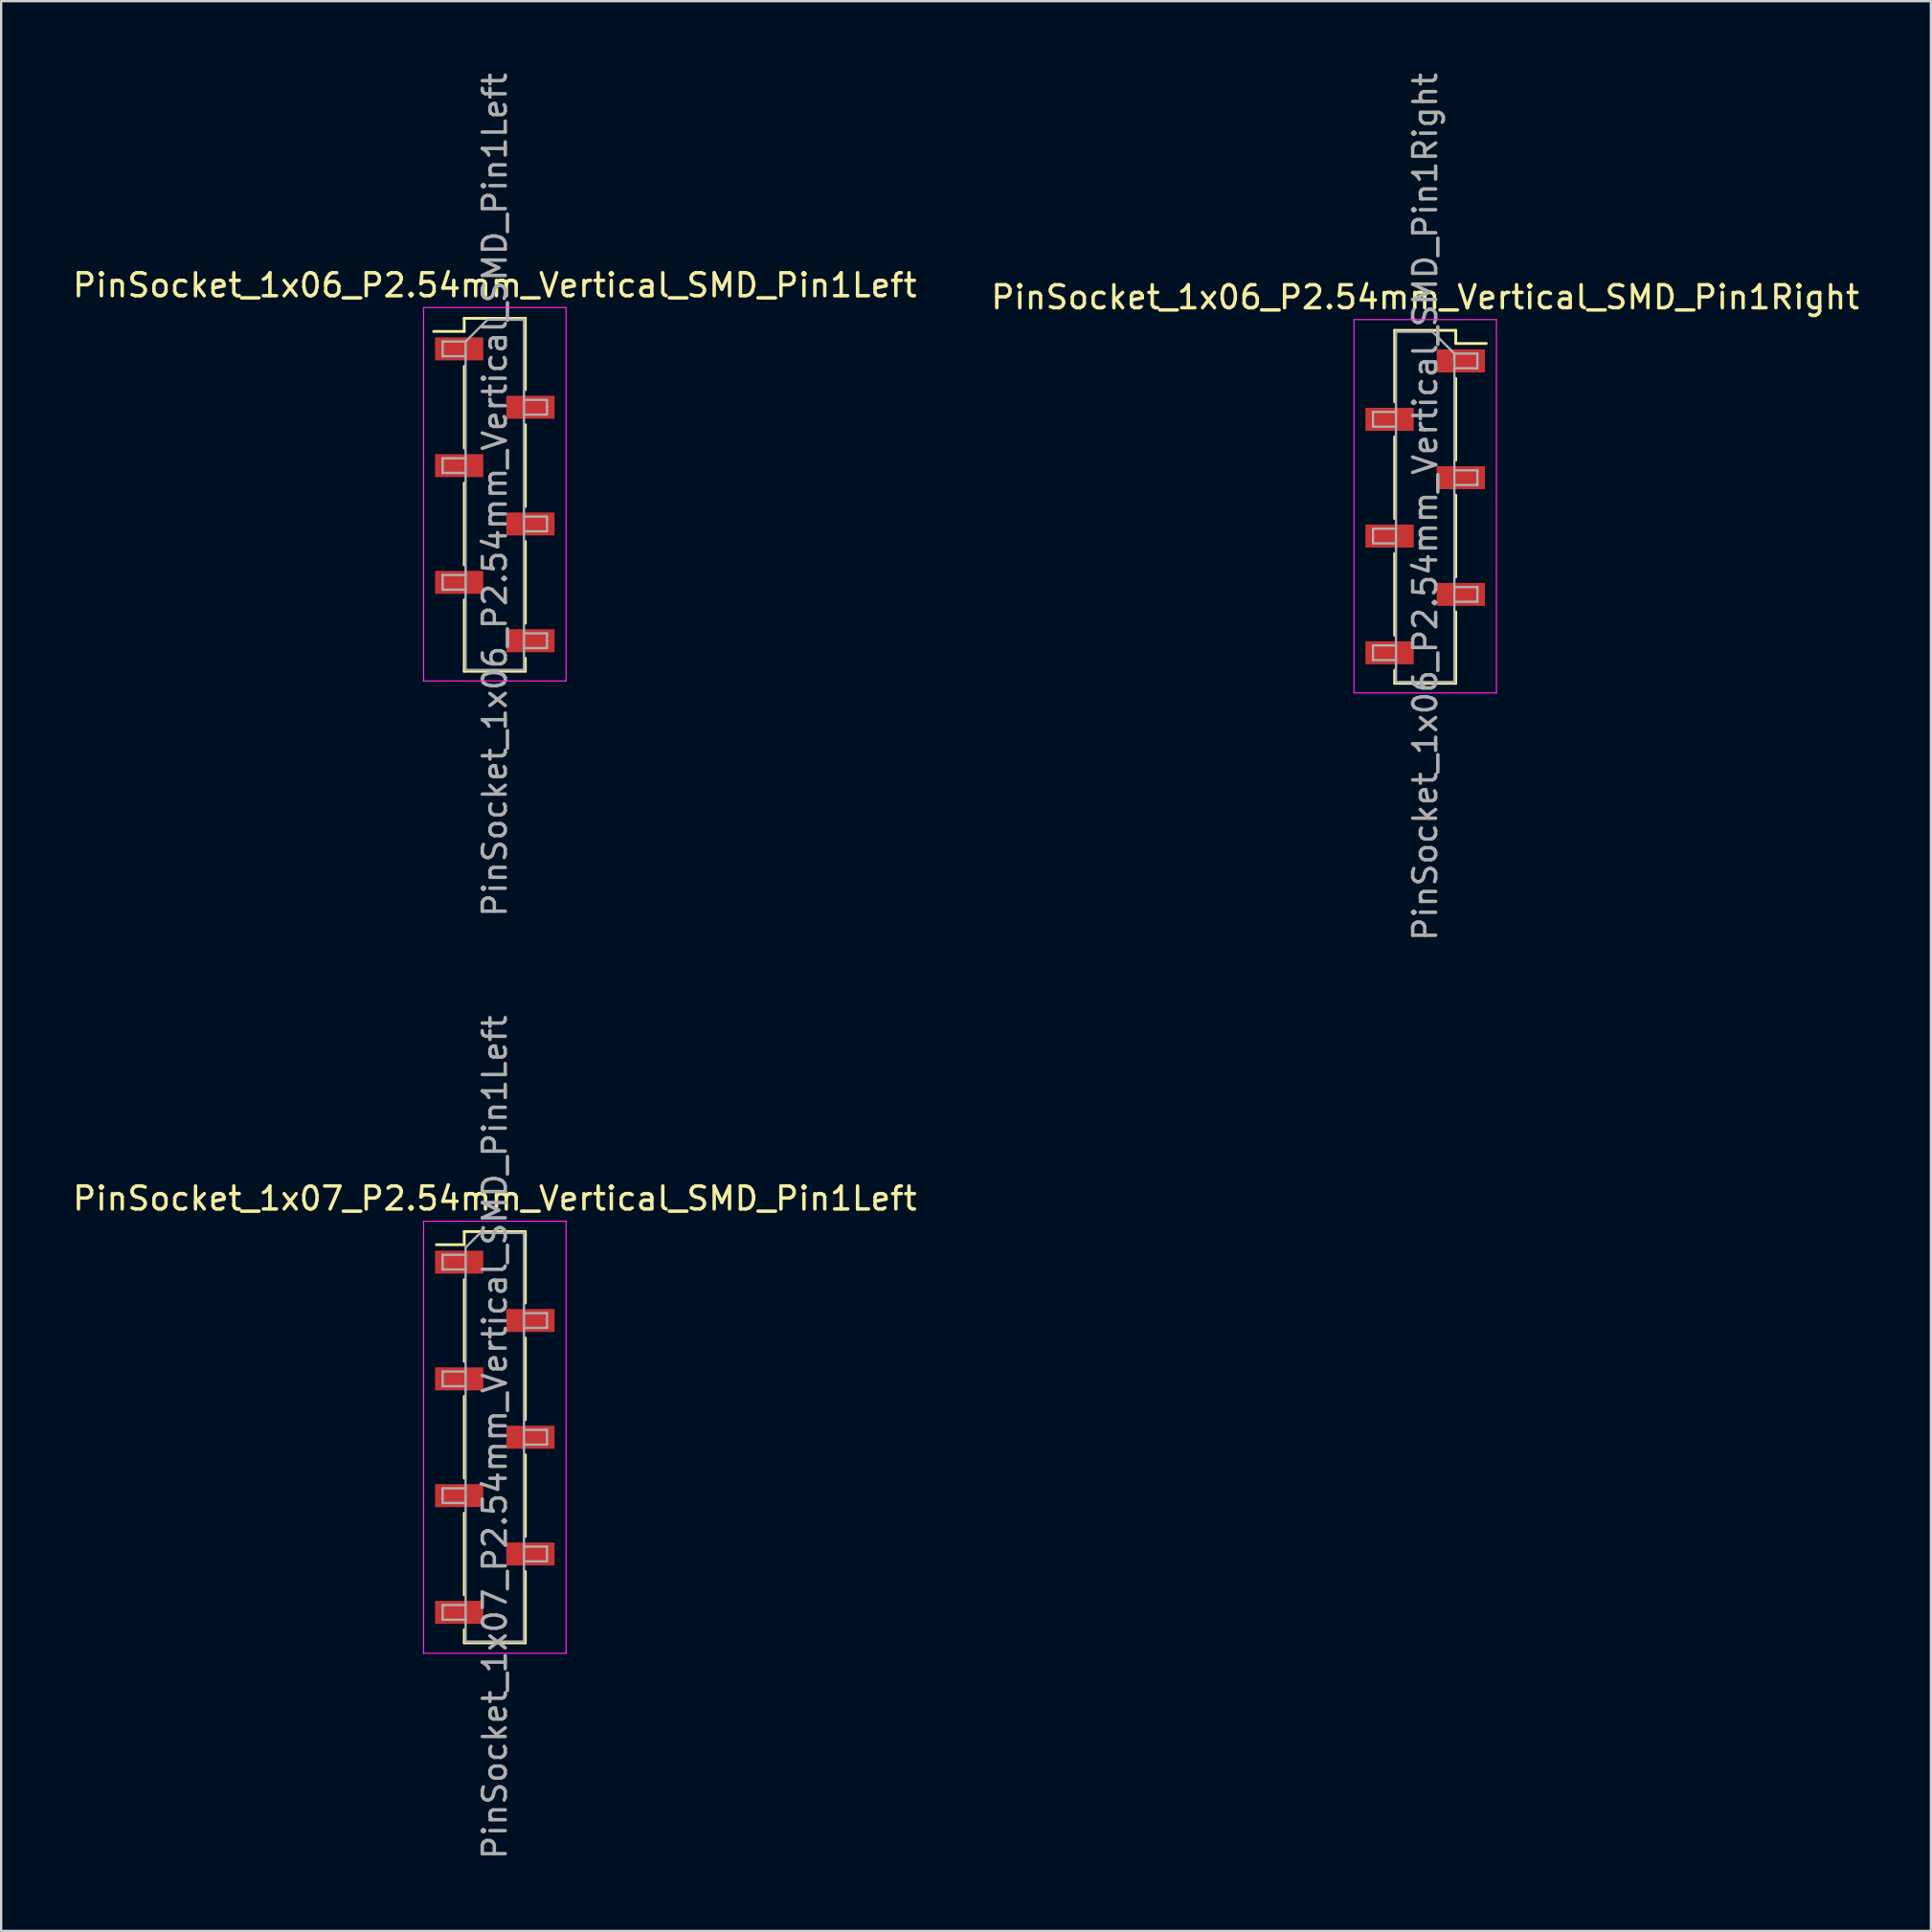
<source format=kicad_pcb>
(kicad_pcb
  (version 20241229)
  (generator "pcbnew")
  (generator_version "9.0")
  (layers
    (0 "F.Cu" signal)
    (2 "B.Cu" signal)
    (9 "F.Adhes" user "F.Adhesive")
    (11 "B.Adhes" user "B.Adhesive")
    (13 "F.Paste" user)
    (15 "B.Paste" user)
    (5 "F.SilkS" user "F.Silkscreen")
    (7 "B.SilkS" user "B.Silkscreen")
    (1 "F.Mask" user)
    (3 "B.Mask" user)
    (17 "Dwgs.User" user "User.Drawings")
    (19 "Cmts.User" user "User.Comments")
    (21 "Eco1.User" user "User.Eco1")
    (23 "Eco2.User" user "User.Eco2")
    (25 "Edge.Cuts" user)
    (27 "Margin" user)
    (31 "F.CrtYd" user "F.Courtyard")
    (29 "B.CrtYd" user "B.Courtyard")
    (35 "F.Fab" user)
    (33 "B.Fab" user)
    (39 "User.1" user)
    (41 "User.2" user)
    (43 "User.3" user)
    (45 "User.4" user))
  (footprint "PinSocket_1x07_P2.54mm_Vertical_SMD_Pin1Left"
    (layer "F.Cu")
    (at 18.482 59.494)
    (property "Reference" "PinSocket_1x07_P2.54mm_Vertical_SMD_Pin1Left" (at 0 -10.39 0) (layer "F.SilkS") (effects (font (size 1 1) (thickness 0.15))))
    (attr smd)
    (fp_line (start -2.54 -8.38) (end -1.33 -8.38) (stroke (width 0.12) (type solid)) (layer "F.SilkS"))
    (fp_line (start -1.33 -8.95) (end -1.33 -8.38) (stroke (width 0.12) (type solid)) (layer "F.SilkS"))
    (fp_line (start -1.33 -8.95) (end 1.33 -8.95) (stroke (width 0.12) (type solid)) (layer "F.SilkS"))
    (fp_line (start -1.33 -6.86) (end -1.33 -3.3) (stroke (width 0.12) (type solid)) (layer "F.SilkS"))
    (fp_line (start -1.33 -1.78) (end -1.33 1.78) (stroke (width 0.12) (type solid)) (layer "F.SilkS"))
    (fp_line (start -1.33 3.3) (end -1.33 6.86) (stroke (width 0.12) (type solid)) (layer "F.SilkS"))
    (fp_line (start -1.33 8.38) (end -1.33 8.95) (stroke (width 0.12) (type solid)) (layer "F.SilkS"))
    (fp_line (start -1.33 8.95) (end 1.33 8.95) (stroke (width 0.12) (type solid)) (layer "F.SilkS"))
    (fp_line (start 1.33 -8.95) (end 1.33 -5.84) (stroke (width 0.12) (type solid)) (layer "F.SilkS"))
    (fp_line (start 1.33 -4.32) (end 1.33 -0.76) (stroke (width 0.12) (type solid)) (layer "F.SilkS"))
    (fp_line (start 1.33 0.76) (end 1.33 4.32) (stroke (width 0.12) (type solid)) (layer "F.SilkS"))
    (fp_line (start 1.33 5.84) (end 1.33 8.95) (stroke (width 0.12) (type solid)) (layer "F.SilkS"))
    (fp_line (start -3.1 -9.4) (end 3.1 -9.4) (stroke (width 0.05) (type solid)) (layer "F.CrtYd"))
    (fp_line (start -3.1 9.4) (end -3.1 -9.4) (stroke (width 0.05) (type solid)) (layer "F.CrtYd"))
    (fp_line (start 3.1 -9.4) (end 3.1 9.4) (stroke (width 0.05) (type solid)) (layer "F.CrtYd"))
    (fp_line (start 3.1 9.4) (end -3.1 9.4) (stroke (width 0.05) (type solid)) (layer "F.CrtYd"))
    (fp_line (start -2.27 -7.94) (end -1.27 -7.94) (stroke (width 0.1) (type solid)) (layer "F.Fab"))
    (fp_line (start -2.27 -7.3) (end -2.27 -7.94) (stroke (width 0.1) (type solid)) (layer "F.Fab"))
    (fp_line (start -2.27 -2.86) (end -1.27 -2.86) (stroke (width 0.1) (type solid)) (layer "F.Fab"))
    (fp_line (start -2.27 -2.22) (end -2.27 -2.86) (stroke (width 0.1) (type solid)) (layer "F.Fab"))
    (fp_line (start -2.27 2.22) (end -1.27 2.22) (stroke (width 0.1) (type solid)) (layer "F.Fab"))
    (fp_line (start -2.27 2.86) (end -2.27 2.22) (stroke (width 0.1) (type solid)) (layer "F.Fab"))
    (fp_line (start -2.27 7.3) (end -1.27 7.3) (stroke (width 0.1) (type solid)) (layer "F.Fab"))
    (fp_line (start -2.27 7.94) (end -2.27 7.3) (stroke (width 0.1) (type solid)) (layer "F.Fab"))
    (fp_line (start -1.27 -8.255) (end -0.635 -8.89) (stroke (width 0.1) (type solid)) (layer "F.Fab"))
    (fp_line (start -1.27 -7.3) (end -2.27 -7.3) (stroke (width 0.1) (type solid)) (layer "F.Fab"))
    (fp_line (start -1.27 -2.22) (end -2.27 -2.22) (stroke (width 0.1) (type solid)) (layer "F.Fab"))
    (fp_line (start -1.27 2.86) (end -2.27 2.86) (stroke (width 0.1) (type solid)) (layer "F.Fab"))
    (fp_line (start -1.27 7.94) (end -2.27 7.94) (stroke (width 0.1) (type solid)) (layer "F.Fab"))
    (fp_line (start -1.27 8.89) (end -1.27 -8.255) (stroke (width 0.1) (type solid)) (layer "F.Fab"))
    (fp_line (start -0.635 -8.89) (end 1.27 -8.89) (stroke (width 0.1) (type solid)) (layer "F.Fab"))
    (fp_line (start 1.27 -8.89) (end 1.27 8.89) (stroke (width 0.1) (type solid)) (layer "F.Fab"))
    (fp_line (start 1.27 -5.4) (end 2.27 -5.4) (stroke (width 0.1) (type solid)) (layer "F.Fab"))
    (fp_line (start 1.27 -0.32) (end 2.27 -0.32) (stroke (width 0.1) (type solid)) (layer "F.Fab"))
    (fp_line (start 1.27 4.76) (end 2.27 4.76) (stroke (width 0.1) (type solid)) (layer "F.Fab"))
    (fp_line (start 1.27 8.89) (end -1.27 8.89) (stroke (width 0.1) (type solid)) (layer "F.Fab"))
    (fp_line (start 2.27 -5.4) (end 2.27 -4.76) (stroke (width 0.1) (type solid)) (layer "F.Fab"))
    (fp_line (start 2.27 -4.76) (end 1.27 -4.76) (stroke (width 0.1) (type solid)) (layer "F.Fab"))
    (fp_line (start 2.27 -0.32) (end 2.27 0.32) (stroke (width 0.1) (type solid)) (layer "F.Fab"))
    (fp_line (start 2.27 0.32) (end 1.27 0.32) (stroke (width 0.1) (type solid)) (layer "F.Fab"))
    (fp_line (start 2.27 4.76) (end 2.27 5.4) (stroke (width 0.1) (type solid)) (layer "F.Fab"))
    (fp_line (start 2.27 5.4) (end 1.27 5.4) (stroke (width 0.1) (type solid)) (layer "F.Fab"))
    (fp_text user "${REFERENCE}" (at 0 0 90) (layer "F.Fab") (effects (font (size 1 1) (thickness 0.15))))
    (pad "1" smd rect (at -1.55 -7.62) (size 2.1 1) (layers "F.Cu" "F.Mask" "F.Paste"))
    (pad "2" smd rect (at 1.55 -5.08) (size 2.1 1) (layers "F.Cu" "F.Mask" "F.Paste"))
    (pad "3" smd rect (at -1.55 -2.54) (size 2.1 1) (layers "F.Cu" "F.Mask" "F.Paste"))
    (pad "4" smd rect (at 1.55 0) (size 2.1 1) (layers "F.Cu" "F.Mask" "F.Paste"))
    (pad "5" smd rect (at -1.55 2.54) (size 2.1 1) (layers "F.Cu" "F.Mask" "F.Paste"))
    (pad "6" smd rect (at 1.55 5.08) (size 2.1 1) (layers "F.Cu" "F.Mask" "F.Paste"))
    (pad "7" smd rect (at -1.55 7.62) (size 2.1 1) (layers "F.Cu" "F.Mask" "F.Paste")))
  (footprint "PinSocket_1x06_P2.54mm_Vertical_SMD_Pin1Left"
    (layer "F.Cu")
    (at 18.482 18.482)
    (property "Reference" "PinSocket_1x06_P2.54mm_Vertical_SMD_Pin1Left" (at 0 -9.12 0) (layer "F.SilkS") (effects (font (size 1 1) (thickness 0.15))))
    (attr smd)
    (fp_line (start -2.66 -7.11) (end -1.33 -7.11) (stroke (width 0.12) (type solid)) (layer "F.SilkS"))
    (fp_line (start -1.33 -7.68) (end 1.33 -7.68) (stroke (width 0.12) (type solid)) (layer "F.SilkS"))
    (fp_line (start -1.33 -7.11) (end -1.33 -7.68) (stroke (width 0.12) (type solid)) (layer "F.SilkS"))
    (fp_line (start -1.33 -5.59) (end -1.33 -2.03) (stroke (width 0.12) (type solid)) (layer "F.SilkS"))
    (fp_line (start -1.33 -0.51) (end -1.33 3.05) (stroke (width 0.12) (type solid)) (layer "F.SilkS"))
    (fp_line (start -1.33 4.57) (end -1.33 7.68) (stroke (width 0.12) (type solid)) (layer "F.SilkS"))
    (fp_line (start 1.33 -7.68) (end 1.33 -4.57) (stroke (width 0.12) (type solid)) (layer "F.SilkS"))
    (fp_line (start 1.33 -3.05) (end 1.33 0.51) (stroke (width 0.12) (type solid)) (layer "F.SilkS"))
    (fp_line (start 1.33 2.03) (end 1.33 5.59) (stroke (width 0.12) (type solid)) (layer "F.SilkS"))
    (fp_line (start 1.33 7.11) (end 1.33 7.68) (stroke (width 0.12) (type solid)) (layer "F.SilkS"))
    (fp_line (start 1.33 7.68) (end -1.33 7.68) (stroke (width 0.12) (type solid)) (layer "F.SilkS"))
    (fp_line (start -3.1 -8.15) (end 3.1 -8.15) (stroke (width 0.05) (type solid)) (layer "F.CrtYd"))
    (fp_line (start -3.1 8.1) (end -3.1 -8.15) (stroke (width 0.05) (type solid)) (layer "F.CrtYd"))
    (fp_line (start 3.1 -8.15) (end 3.1 8.1) (stroke (width 0.05) (type solid)) (layer "F.CrtYd"))
    (fp_line (start 3.1 8.1) (end -3.1 8.1) (stroke (width 0.05) (type solid)) (layer "F.CrtYd"))
    (fp_line (start -2.27 -6.67) (end -1.27 -6.67) (stroke (width 0.1) (type solid)) (layer "F.Fab"))
    (fp_line (start -2.27 -6.03) (end -2.27 -6.67) (stroke (width 0.1) (type solid)) (layer "F.Fab"))
    (fp_line (start -2.27 -1.59) (end -1.27 -1.59) (stroke (width 0.1) (type solid)) (layer "F.Fab"))
    (fp_line (start -2.27 -0.95) (end -2.27 -1.59) (stroke (width 0.1) (type solid)) (layer "F.Fab"))
    (fp_line (start -2.27 3.49) (end -1.27 3.49) (stroke (width 0.1) (type solid)) (layer "F.Fab"))
    (fp_line (start -2.27 4.13) (end -2.27 3.49) (stroke (width 0.1) (type solid)) (layer "F.Fab"))
    (fp_line (start -1.27 -6.67) (end -0.32 -7.62) (stroke (width 0.1) (type solid)) (layer "F.Fab"))
    (fp_line (start -1.27 -6.03) (end -2.27 -6.03) (stroke (width 0.1) (type solid)) (layer "F.Fab"))
    (fp_line (start -1.27 -0.95) (end -2.27 -0.95) (stroke (width 0.1) (type solid)) (layer "F.Fab"))
    (fp_line (start -1.27 4.13) (end -2.27 4.13) (stroke (width 0.1) (type solid)) (layer "F.Fab"))
    (fp_line (start -1.27 7.62) (end -1.27 -6.67) (stroke (width 0.1) (type solid)) (layer "F.Fab"))
    (fp_line (start -0.32 -7.62) (end 1.27 -7.62) (stroke (width 0.1) (type solid)) (layer "F.Fab"))
    (fp_line (start 1.27 -7.62) (end 1.27 7.62) (stroke (width 0.1) (type solid)) (layer "F.Fab"))
    (fp_line (start 1.27 -4.13) (end 2.27 -4.13) (stroke (width 0.1) (type solid)) (layer "F.Fab"))
    (fp_line (start 1.27 0.95) (end 2.27 0.95) (stroke (width 0.1) (type solid)) (layer "F.Fab"))
    (fp_line (start 1.27 6.03) (end 2.27 6.03) (stroke (width 0.1) (type solid)) (layer "F.Fab"))
    (fp_line (start 1.27 7.62) (end -1.27 7.62) (stroke (width 0.1) (type solid)) (layer "F.Fab"))
    (fp_line (start 2.27 -4.13) (end 2.27 -3.49) (stroke (width 0.1) (type solid)) (layer "F.Fab"))
    (fp_line (start 2.27 -3.49) (end 1.27 -3.49) (stroke (width 0.1) (type solid)) (layer "F.Fab"))
    (fp_line (start 2.27 0.95) (end 2.27 1.59) (stroke (width 0.1) (type solid)) (layer "F.Fab"))
    (fp_line (start 2.27 1.59) (end 1.27 1.59) (stroke (width 0.1) (type solid)) (layer "F.Fab"))
    (fp_line (start 2.27 6.03) (end 2.27 6.67) (stroke (width 0.1) (type solid)) (layer "F.Fab"))
    (fp_line (start 2.27 6.67) (end 1.27 6.67) (stroke (width 0.1) (type solid)) (layer "F.Fab"))
    (fp_text user "${REFERENCE}" (at 0 0 90) (layer "F.Fab") (effects (font (size 1 1) (thickness 0.15))))
    (pad "1" smd rect (at -1.55 -6.35) (size 2.1 1) (layers "F.Cu" "F.Mask" "F.Paste"))
    (pad "2" smd rect (at 1.55 -3.81) (size 2.1 1) (layers "F.Cu" "F.Mask" "F.Paste"))
    (pad "3" smd rect (at -1.55 -1.27) (size 2.1 1) (layers "F.Cu" "F.Mask" "F.Paste"))
    (pad "4" smd rect (at 1.55 1.27) (size 2.1 1) (layers "F.Cu" "F.Mask" "F.Paste"))
    (pad "5" smd rect (at -1.55 3.81) (size 2.1 1) (layers "F.Cu" "F.Mask" "F.Paste"))
    (pad "6" smd rect (at 1.55 6.35) (size 2.1 1) (layers "F.Cu" "F.Mask" "F.Paste")))
  (footprint "PinSocket_1x06_P2.54mm_Vertical_SMD_Pin1Right"
    (layer "F.Cu")
    (at 58.97 19.006)
    (property "Reference" "PinSocket_1x06_P2.54mm_Vertical_SMD_Pin1Right" (at 0 -9.12 0) (layer "F.SilkS") (effects (font (size 1 1) (thickness 0.15))))
    (attr smd)
    (fp_line (start -1.33 -7.68) (end -1.33 -4.57) (stroke (width 0.12) (type solid)) (layer "F.SilkS"))
    (fp_line (start -1.33 -7.68) (end 1.33 -7.68) (stroke (width 0.12) (type solid)) (layer "F.SilkS"))
    (fp_line (start -1.33 -3.05) (end -1.33 0.51) (stroke (width 0.12) (type solid)) (layer "F.SilkS"))
    (fp_line (start -1.33 2.03) (end -1.33 5.59) (stroke (width 0.12) (type solid)) (layer "F.SilkS"))
    (fp_line (start -1.33 7.68) (end -1.33 7.11) (stroke (width 0.12) (type solid)) (layer "F.SilkS"))
    (fp_line (start 1.33 -7.68) (end 1.33 -7.11) (stroke (width 0.12) (type solid)) (layer "F.SilkS"))
    (fp_line (start 1.33 -7.11) (end 2.66 -7.11) (stroke (width 0.12) (type solid)) (layer "F.SilkS"))
    (fp_line (start 1.33 -5.59) (end 1.33 -2.03) (stroke (width 0.12) (type solid)) (layer "F.SilkS"))
    (fp_line (start 1.33 -0.51) (end 1.33 3.05) (stroke (width 0.12) (type solid)) (layer "F.SilkS"))
    (fp_line (start 1.33 4.57) (end 1.33 7.68) (stroke (width 0.12) (type solid)) (layer "F.SilkS"))
    (fp_line (start 1.33 7.68) (end -1.33 7.68) (stroke (width 0.12) (type solid)) (layer "F.SilkS"))
    (fp_line (start -3.1 -8.15) (end 3.1 -8.15) (stroke (width 0.05) (type solid)) (layer "F.CrtYd"))
    (fp_line (start -3.1 8.1) (end -3.1 -8.15) (stroke (width 0.05) (type solid)) (layer "F.CrtYd"))
    (fp_line (start 3.1 -8.15) (end 3.1 8.1) (stroke (width 0.05) (type solid)) (layer "F.CrtYd"))
    (fp_line (start 3.1 8.1) (end -3.1 8.1) (stroke (width 0.05) (type solid)) (layer "F.CrtYd"))
    (fp_line (start -2.27 -4.13) (end -1.27 -4.13) (stroke (width 0.1) (type solid)) (layer "F.Fab"))
    (fp_line (start -2.27 -3.49) (end -2.27 -4.13) (stroke (width 0.1) (type solid)) (layer "F.Fab"))
    (fp_line (start -2.27 0.95) (end -1.27 0.95) (stroke (width 0.1) (type solid)) (layer "F.Fab"))
    (fp_line (start -2.27 1.59) (end -2.27 0.95) (stroke (width 0.1) (type solid)) (layer "F.Fab"))
    (fp_line (start -2.27 6.03) (end -1.27 6.03) (stroke (width 0.1) (type solid)) (layer "F.Fab"))
    (fp_line (start -2.27 6.67) (end -2.27 6.03) (stroke (width 0.1) (type solid)) (layer "F.Fab"))
    (fp_line (start -1.27 -7.62) (end 0.32 -7.62) (stroke (width 0.1) (type solid)) (layer "F.Fab"))
    (fp_line (start -1.27 -3.49) (end -2.27 -3.49) (stroke (width 0.1) (type solid)) (layer "F.Fab"))
    (fp_line (start -1.27 1.59) (end -2.27 1.59) (stroke (width 0.1) (type solid)) (layer "F.Fab"))
    (fp_line (start -1.27 6.67) (end -2.27 6.67) (stroke (width 0.1) (type solid)) (layer "F.Fab"))
    (fp_line (start -1.27 7.62) (end -1.27 -7.62) (stroke (width 0.1) (type solid)) (layer "F.Fab"))
    (fp_line (start 0.32 -7.62) (end 1.27 -6.67) (stroke (width 0.1) (type solid)) (layer "F.Fab"))
    (fp_line (start 1.27 -6.67) (end 1.27 7.62) (stroke (width 0.1) (type solid)) (layer "F.Fab"))
    (fp_line (start 1.27 -6.67) (end 2.27 -6.67) (stroke (width 0.1) (type solid)) (layer "F.Fab"))
    (fp_line (start 1.27 -1.59) (end 2.27 -1.59) (stroke (width 0.1) (type solid)) (layer "F.Fab"))
    (fp_line (start 1.27 3.49) (end 2.27 3.49) (stroke (width 0.1) (type solid)) (layer "F.Fab"))
    (fp_line (start 1.27 7.62) (end -1.27 7.62) (stroke (width 0.1) (type solid)) (layer "F.Fab"))
    (fp_line (start 2.27 -6.67) (end 2.27 -6.03) (stroke (width 0.1) (type solid)) (layer "F.Fab"))
    (fp_line (start 2.27 -6.03) (end 1.27 -6.03) (stroke (width 0.1) (type solid)) (layer "F.Fab"))
    (fp_line (start 2.27 -1.59) (end 2.27 -0.95) (stroke (width 0.1) (type solid)) (layer "F.Fab"))
    (fp_line (start 2.27 -0.95) (end 1.27 -0.95) (stroke (width 0.1) (type solid)) (layer "F.Fab"))
    (fp_line (start 2.27 3.49) (end 2.27 4.13) (stroke (width 0.1) (type solid)) (layer "F.Fab"))
    (fp_line (start 2.27 4.13) (end 1.27 4.13) (stroke (width 0.1) (type solid)) (layer "F.Fab"))
    (fp_text user "${REFERENCE}" (at 0 0 90) (layer "F.Fab") (effects (font (size 1 1) (thickness 0.15))))
    (pad "1" smd rect (at 1.55 -6.35) (size 2.1 1) (layers "F.Cu" "F.Mask" "F.Paste"))
    (pad "2" smd rect (at -1.55 -3.81) (size 2.1 1) (layers "F.Cu" "F.Mask" "F.Paste"))
    (pad "3" smd rect (at 1.55 -1.27) (size 2.1 1) (layers "F.Cu" "F.Mask" "F.Paste"))
    (pad "4" smd rect (at -1.55 1.27) (size 2.1 1) (layers "F.Cu" "F.Mask" "F.Paste"))
    (pad "5" smd rect (at 1.55 3.81) (size 2.1 1) (layers "F.Cu" "F.Mask" "F.Paste"))
    (pad "6" smd rect (at -1.55 6.35) (size 2.1 1) (layers "F.Cu" "F.Mask" "F.Paste")))
  (gr_rect
    (start -3 -3)
    (end 80.976 80.976)
    (stroke (width 0.1) (type default))
    (fill no)
    (layer "Edge.Cuts")))
</source>
